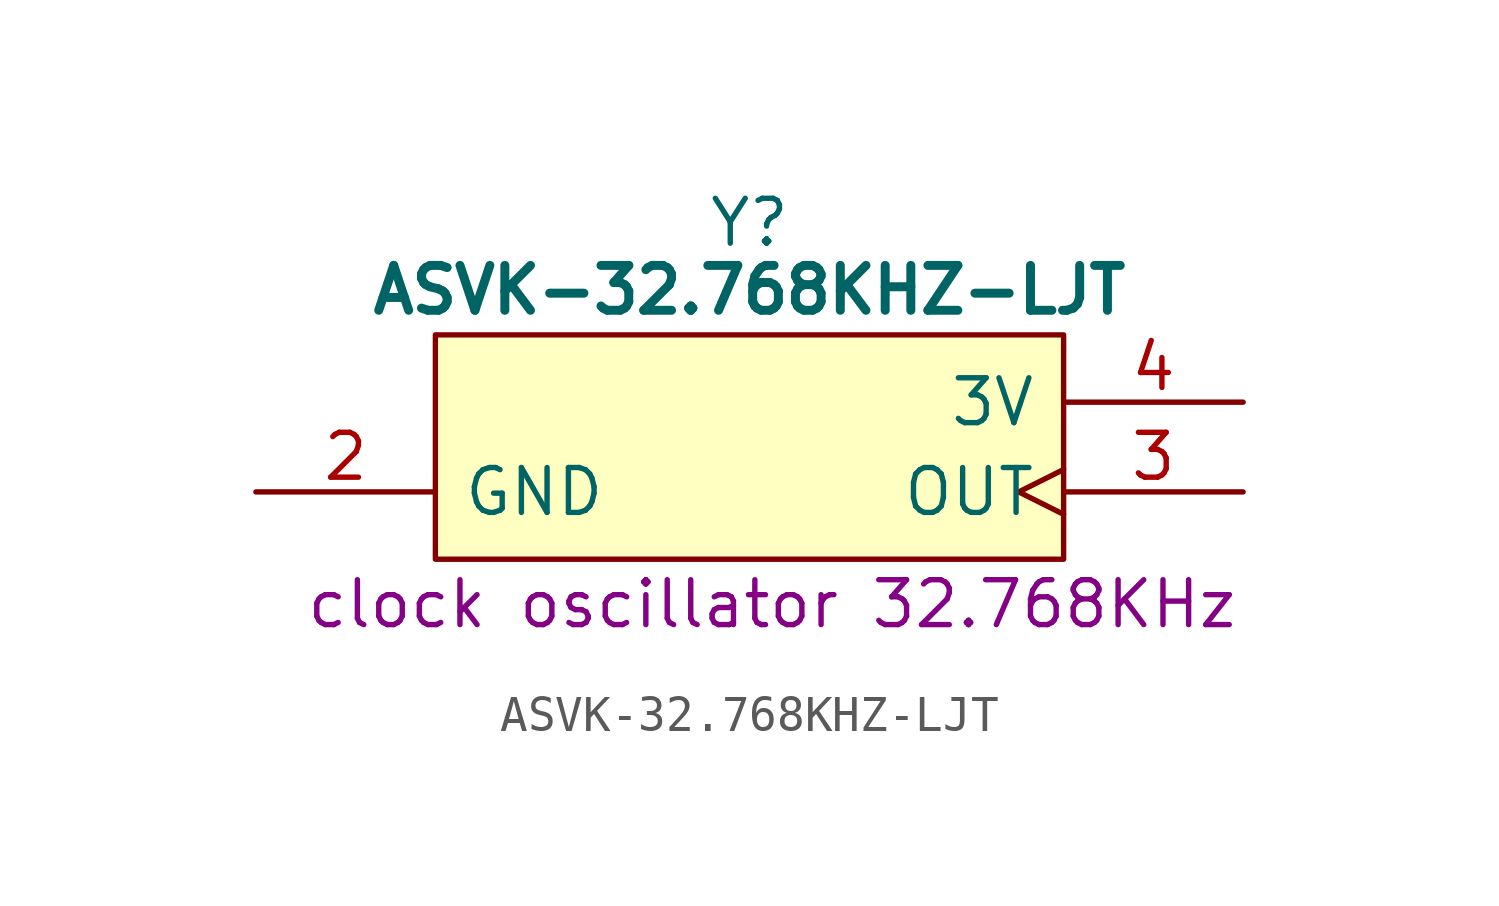
<source format=kicad_sym>
(kicad_symbol_lib
  (version 20241209)
  (generator "kicad_symbol_editor")
  (generator_version "9.0")
  (symbol "ASVK-32.768KHZ-LJT"
    (pin_names
      (offset 0.762))
    (property "Reference" "Y"
      (at 13.97 5.08 0)
      (effects (font (size 1.27 1.27))))
    (property "Value" "ASVK-32.768KHZ-LJT"
      (at 13.97 3.175 0)
      (effects (font (size 1.27 1.27) (bold yes))))
    (property "Description" "clock oscillator 32.768KHz"
      (at 14.605 -5.715 0)
      (effects (font (size 1.27 1.27))))
    (symbol "ASVK-32.768KHZ-LJT_0_0"
      (pin no_connect line (at 0 0 0) (length 5.08) (hide yes) (name "N.C." (effects (font (size 1.27 1.27)))) (number "1" (effects (font (size 1.27 1.27)))))
      (pin passive line (at 0 -2.54 0) (length 5.08) (name "GND" (effects (font (size 1.27 1.27)))) (number "2" (effects (font (size 1.27 1.27))))))
    (symbol "ASVK-32.768KHZ-LJT_0_1"
      (polyline (pts (xy 5.08 1.905) (xy 22.86 1.905) (xy 22.86 -4.445) (xy 5.08 -4.445) (xy 5.08 1.905)) (stroke (width 0.152) (type default)) (fill (type background))))
    (symbol "ASVK-32.768KHZ-LJT_1_0"
      (pin passive line (at 27.94 0 180) (length 5.08) (name "3V" (effects (font (size 1.27 1.27)))) (number "4" (effects (font (size 1.27 1.27)))))
      (pin output clock (at 27.94 -2.54 180) (length 5.08) (name "OUT" (effects (font (size 1.27 1.27)))) (number "3" (effects (font (size 1.27 1.27))))))))
</source>
